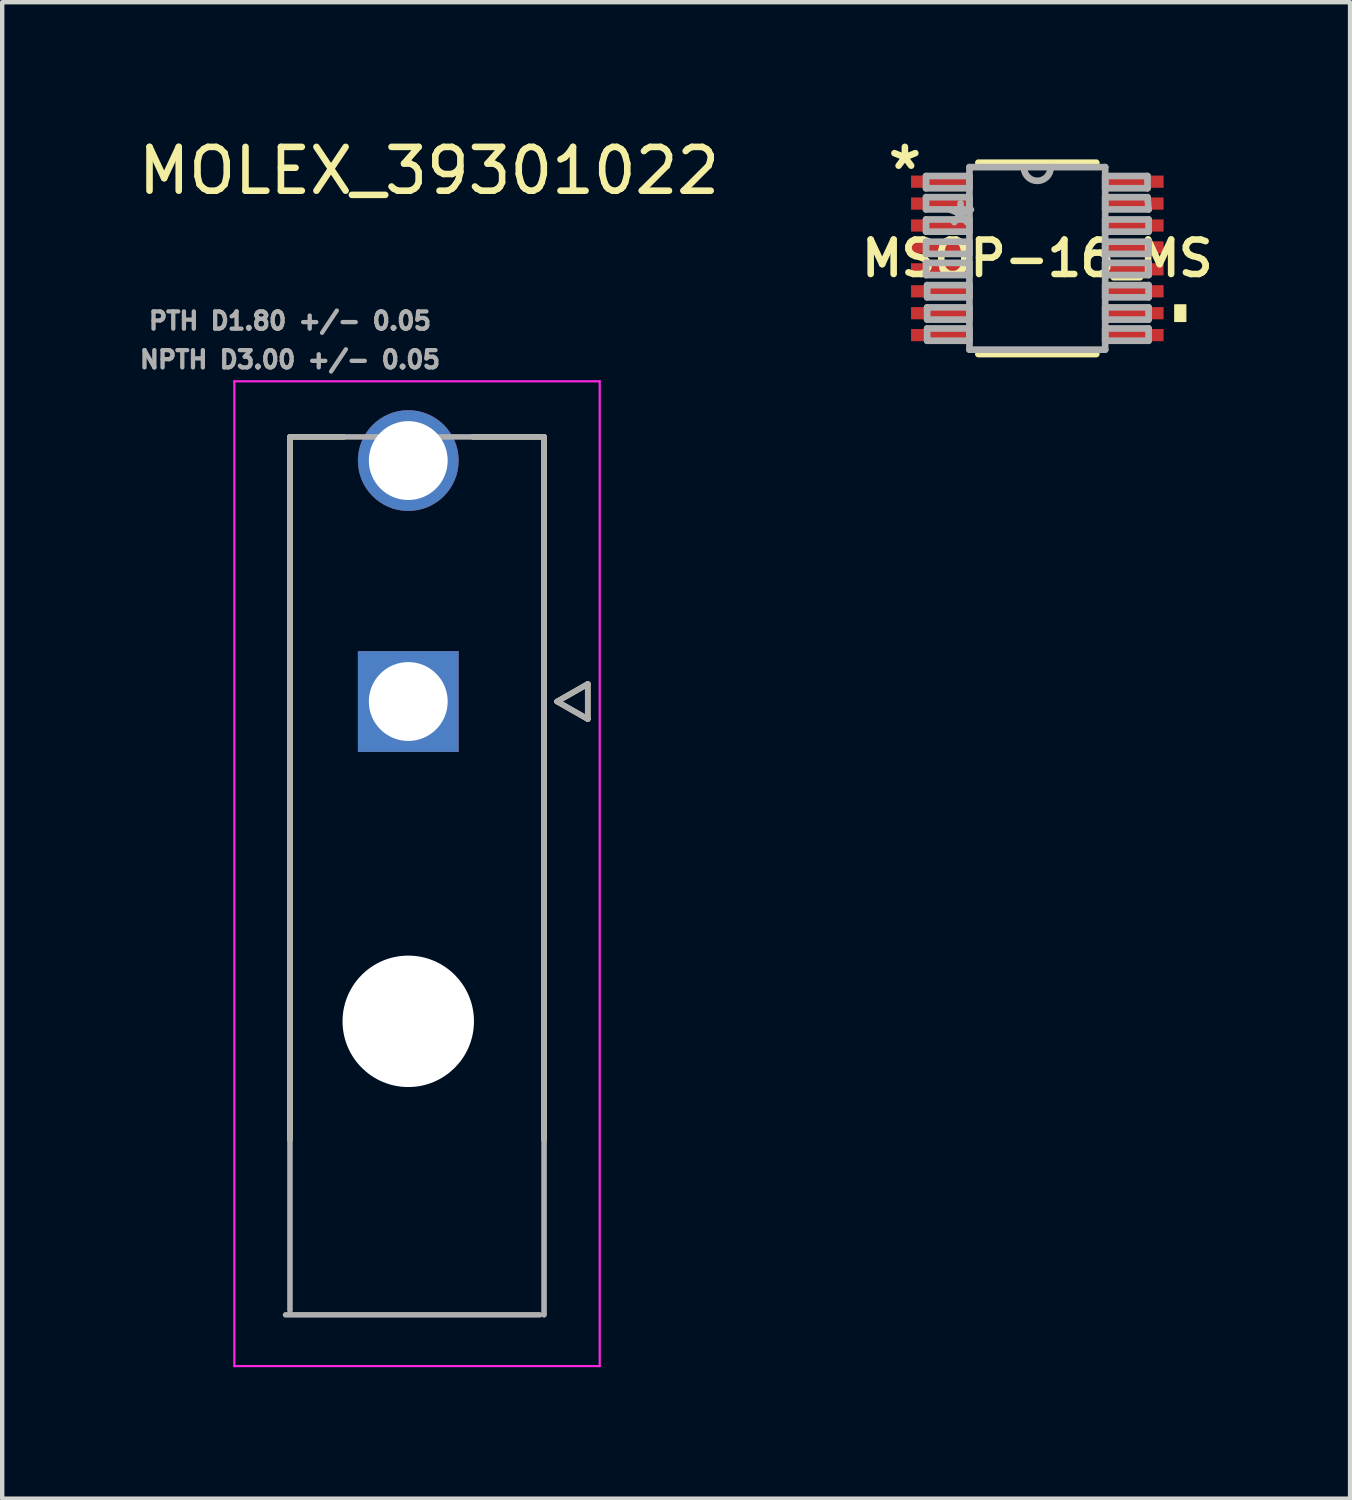
<source format=kicad_pcb>
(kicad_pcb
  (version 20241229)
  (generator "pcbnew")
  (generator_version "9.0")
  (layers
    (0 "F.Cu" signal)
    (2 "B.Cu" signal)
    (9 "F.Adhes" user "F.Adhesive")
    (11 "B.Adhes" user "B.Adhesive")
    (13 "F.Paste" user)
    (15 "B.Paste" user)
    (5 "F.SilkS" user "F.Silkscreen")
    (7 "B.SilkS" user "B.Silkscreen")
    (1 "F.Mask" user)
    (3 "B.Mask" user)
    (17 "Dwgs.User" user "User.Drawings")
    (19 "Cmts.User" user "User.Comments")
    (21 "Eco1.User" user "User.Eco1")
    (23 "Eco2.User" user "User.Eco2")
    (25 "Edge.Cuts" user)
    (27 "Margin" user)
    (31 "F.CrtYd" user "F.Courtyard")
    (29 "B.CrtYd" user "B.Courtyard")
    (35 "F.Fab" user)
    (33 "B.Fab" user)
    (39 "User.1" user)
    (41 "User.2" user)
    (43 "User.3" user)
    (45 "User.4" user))
  (footprint "MOLEX_39301022"
    (layer "F.Cu")
    (at 6.269 12.963)
    (property "Reference" "MOLEX_39301022" (at 0.475 -12.115 0) (layer "F.SilkS") (effects (font (size 1 1) (thickness 0.15))))
    (attr through_hole)
    (fp_circle (center 0 -5.5) (end 0.613 -5.5) (stroke (width 1.226) (type solid)) (fill no) (layer "F.Mask"))
    (fp_circle (center 0 7.3) (end 0.788 7.3) (stroke (width 1.576) (type solid)) (fill no) (layer "F.Mask"))
    (fp_poly (pts (xy -1.226 -1.226) (xy 1.226 -1.226) (xy 1.226 1.226) (xy -1.226 1.226)) (stroke (width 0.01) (type solid)) (fill yes) (layer "F.Mask"))
    (fp_circle (center 0 -5.5) (end 0.613 -5.5) (stroke (width 1.226) (type solid)) (fill no) (layer "B.Mask"))
    (fp_circle (center 0 7.3) (end 0.788 7.3) (stroke (width 1.576) (type solid)) (fill no) (layer "B.Mask"))
    (fp_poly (pts (xy -1.226 -1.226) (xy 1.226 -1.226) (xy 1.226 1.226) (xy -1.226 1.226)) (stroke (width 0.01) (type solid)) (fill yes) (layer "B.Mask"))
    (fp_line (start -2.7 -6.04) (end -1.476 -6.04) (stroke (width 0.127) (type solid)) (layer "F.SilkS"))
    (fp_line (start -2.7 10) (end -2.7 -6.04) (stroke (width 0.127) (type solid)) (layer "F.SilkS"))
    (fp_line (start 3.1 -6.04) (end 1.476 -6.04) (stroke (width 0.127) (type solid)) (layer "F.SilkS"))
    (fp_line (start 3.1 10) (end 3.1 -6.04) (stroke (width 0.127) (type solid)) (layer "F.SilkS"))
    (fp_line (start 3.397 0) (end 4.097 0.4) (stroke (width 0.127) (type solid)) (layer "F.SilkS"))
    (fp_line (start 4.097 -0.4) (end 3.397 0) (stroke (width 0.127) (type solid)) (layer "F.SilkS"))
    (fp_line (start 4.097 0.4) (end 4.097 -0.4) (stroke (width 0.127) (type solid)) (layer "F.SilkS"))
    (fp_line (start -3.97 -7.31) (end 4.37 -7.31) (stroke (width 0.05) (type solid)) (layer "F.CrtYd"))
    (fp_line (start -3.97 15.17) (end -3.97 -7.31) (stroke (width 0.05) (type solid)) (layer "F.CrtYd"))
    (fp_line (start 4.37 -7.31) (end 4.37 15.17) (stroke (width 0.05) (type solid)) (layer "F.CrtYd"))
    (fp_line (start 4.37 15.17) (end -3.97 15.17) (stroke (width 0.05) (type solid)) (layer "F.CrtYd"))
    (fp_line (start -2.7 -6.04) (end 3.1 -6.04) (stroke (width 0.127) (type solid)) (layer "F.Fab"))
    (fp_line (start -2.7 13.9) (end -2.7 -6.04) (stroke (width 0.127) (type solid)) (layer "F.Fab"))
    (fp_line (start 3 14) (end -2.8 14) (stroke (width 0.127) (type solid)) (layer "F.Fab"))
    (fp_line (start 3.1 -6.04) (end 3.1 14) (stroke (width 0.127) (type solid)) (layer "F.Fab"))
    (fp_line (start 3.397 0) (end 4.097 0.4) (stroke (width 0.127) (type solid)) (layer "F.Fab"))
    (fp_line (start 4.097 -0.4) (end 3.397 0) (stroke (width 0.127) (type solid)) (layer "F.Fab"))
    (fp_line (start 4.097 0.4) (end 4.097 -0.4) (stroke (width 0.127) (type solid)) (layer "F.Fab"))
    (fp_text user "NPTH D3.00 +/- 0.05" (at -2.7 -7.804 0) (layer "F.Fab") (effects (font (size 0.394 0.394) (thickness 0.15))))
    (fp_text user "PTH D1.80 +/- 0.05" (at -2.7 -8.688 0) (layer "F.Fab") (effects (font (size 0.394 0.394) (thickness 0.15))))
    (pad "" np_thru_hole circle (at 0 7.3) (size 3 3) (drill 3) (layers "*.Cu" "*.Mask"))
    (pad "1" thru_hole rect (at 0 0) (size 2.3 2.3) (drill 1.8) (layers "*.Cu"))
    (pad "2" thru_hole circle (at 0 -5.5) (size 2.3 2.3) (drill 1.8) (layers "*.Cu")))
  (footprint "MSOP-16_MS"
    (layer "F.Cu")
    (at 20.628 2.848)
    (property "Reference" "MSOP-16_MS" (at 0 0 0) (layer "F.SilkS") (effects (font (size 0.787 0.787) (thickness 0.15))))
    (attr smd)
    (fp_line (start -1.346 2.184) (end 1.346 2.184) (stroke (width 0.152) (type solid)) (layer "F.SilkS"))
    (fp_line (start 1.346 -2.184) (end -1.346 -2.184) (stroke (width 0.152) (type solid)) (layer "F.SilkS"))
    (fp_poly (pts (xy 3.391 1.06) (xy 3.391 1.441) (xy 3.137 1.441) (xy 3.137 1.06)) (stroke (width 0.025) (type solid)) (fill yes) (layer "F.SilkS"))
    (fp_line (start -2.54 -1.88) (end -2.54 -1.6) (stroke (width 0.152) (type solid)) (layer "F.Fab"))
    (fp_line (start -2.54 -1.6) (end -1.549 -1.6) (stroke (width 0.152) (type solid)) (layer "F.Fab"))
    (fp_line (start -2.54 -1.397) (end -2.54 -1.118) (stroke (width 0.152) (type solid)) (layer "F.Fab"))
    (fp_line (start -2.54 -1.118) (end -1.549 -1.118) (stroke (width 0.152) (type solid)) (layer "F.Fab"))
    (fp_line (start -2.54 -0.889) (end -2.54 -0.61) (stroke (width 0.152) (type solid)) (layer "F.Fab"))
    (fp_line (start -2.54 -0.61) (end -1.549 -0.61) (stroke (width 0.152) (type solid)) (layer "F.Fab"))
    (fp_line (start -2.54 -0.381) (end -2.54 -0.102) (stroke (width 0.152) (type solid)) (layer "F.Fab"))
    (fp_line (start -2.54 -0.102) (end -1.549 -0.102) (stroke (width 0.152) (type solid)) (layer "F.Fab"))
    (fp_line (start -2.54 0.102) (end -2.54 0.381) (stroke (width 0.152) (type solid)) (layer "F.Fab"))
    (fp_line (start -2.54 0.381) (end -1.549 0.381) (stroke (width 0.152) (type solid)) (layer "F.Fab"))
    (fp_line (start -2.515 0.61) (end -2.515 0.889) (stroke (width 0.152) (type solid)) (layer "F.Fab"))
    (fp_line (start -2.515 0.889) (end -1.549 0.889) (stroke (width 0.152) (type solid)) (layer "F.Fab"))
    (fp_line (start -2.515 1.118) (end -2.515 1.397) (stroke (width 0.152) (type solid)) (layer "F.Fab"))
    (fp_line (start -2.515 1.397) (end -1.549 1.397) (stroke (width 0.152) (type solid)) (layer "F.Fab"))
    (fp_line (start -2.515 1.6) (end -2.515 1.88) (stroke (width 0.152) (type solid)) (layer "F.Fab"))
    (fp_line (start -2.515 1.88) (end -1.549 1.88) (stroke (width 0.152) (type solid)) (layer "F.Fab"))
    (fp_line (start -1.549 -2.083) (end -1.549 2.083) (stroke (width 0.152) (type solid)) (layer "F.Fab"))
    (fp_line (start -1.549 -1.88) (end -2.54 -1.88) (stroke (width 0.152) (type solid)) (layer "F.Fab"))
    (fp_line (start -1.549 -1.6) (end -1.549 -1.88) (stroke (width 0.152) (type solid)) (layer "F.Fab"))
    (fp_line (start -1.549 -1.397) (end -2.54 -1.397) (stroke (width 0.152) (type solid)) (layer "F.Fab"))
    (fp_line (start -1.549 -1.118) (end -1.549 -1.397) (stroke (width 0.152) (type solid)) (layer "F.Fab"))
    (fp_line (start -1.549 -0.889) (end -2.54 -0.889) (stroke (width 0.152) (type solid)) (layer "F.Fab"))
    (fp_line (start -1.549 -0.61) (end -1.549 -0.889) (stroke (width 0.152) (type solid)) (layer "F.Fab"))
    (fp_line (start -1.549 -0.381) (end -2.54 -0.381) (stroke (width 0.152) (type solid)) (layer "F.Fab"))
    (fp_line (start -1.549 -0.102) (end -1.549 -0.381) (stroke (width 0.152) (type solid)) (layer "F.Fab"))
    (fp_line (start -1.549 0.102) (end -2.54 0.102) (stroke (width 0.152) (type solid)) (layer "F.Fab"))
    (fp_line (start -1.549 0.381) (end -1.549 0.102) (stroke (width 0.152) (type solid)) (layer "F.Fab"))
    (fp_line (start -1.549 0.61) (end -2.515 0.61) (stroke (width 0.152) (type solid)) (layer "F.Fab"))
    (fp_line (start -1.549 0.889) (end -1.549 0.61) (stroke (width 0.152) (type solid)) (layer "F.Fab"))
    (fp_line (start -1.549 1.118) (end -2.515 1.118) (stroke (width 0.152) (type solid)) (layer "F.Fab"))
    (fp_line (start -1.549 1.397) (end -1.549 1.118) (stroke (width 0.152) (type solid)) (layer "F.Fab"))
    (fp_line (start -1.549 1.6) (end -2.515 1.6) (stroke (width 0.152) (type solid)) (layer "F.Fab"))
    (fp_line (start -1.549 1.88) (end -1.549 1.6) (stroke (width 0.152) (type solid)) (layer "F.Fab"))
    (fp_line (start -1.549 2.083) (end 1.549 2.083) (stroke (width 0.152) (type solid)) (layer "F.Fab"))
    (fp_line (start 0.305 -2.083) (end -1.549 -2.083) (stroke (width 0.152) (type solid)) (layer "F.Fab"))
    (fp_line (start 1.549 -2.083) (end 0.305 -2.083) (stroke (width 0.152) (type solid)) (layer "F.Fab"))
    (fp_line (start 1.549 -1.88) (end 1.549 -1.6) (stroke (width 0.152) (type solid)) (layer "F.Fab"))
    (fp_line (start 1.549 -1.6) (end 2.515 -1.6) (stroke (width 0.152) (type solid)) (layer "F.Fab"))
    (fp_line (start 1.549 -1.397) (end 1.549 -1.118) (stroke (width 0.152) (type solid)) (layer "F.Fab"))
    (fp_line (start 1.549 -1.118) (end 2.54 -1.118) (stroke (width 0.152) (type solid)) (layer "F.Fab"))
    (fp_line (start 1.549 -0.889) (end 1.549 -0.61) (stroke (width 0.152) (type solid)) (layer "F.Fab"))
    (fp_line (start 1.549 -0.61) (end 2.54 -0.61) (stroke (width 0.152) (type solid)) (layer "F.Fab"))
    (fp_line (start 1.549 -0.381) (end 1.549 -0.102) (stroke (width 0.152) (type solid)) (layer "F.Fab"))
    (fp_line (start 1.549 -0.102) (end 2.54 -0.102) (stroke (width 0.152) (type solid)) (layer "F.Fab"))
    (fp_line (start 1.549 0.102) (end 1.549 0.381) (stroke (width 0.152) (type solid)) (layer "F.Fab"))
    (fp_line (start 1.549 0.381) (end 2.54 0.381) (stroke (width 0.152) (type solid)) (layer "F.Fab"))
    (fp_line (start 1.549 0.61) (end 1.549 0.889) (stroke (width 0.152) (type solid)) (layer "F.Fab"))
    (fp_line (start 1.549 0.889) (end 2.54 0.889) (stroke (width 0.152) (type solid)) (layer "F.Fab"))
    (fp_line (start 1.549 1.118) (end 1.549 1.397) (stroke (width 0.152) (type solid)) (layer "F.Fab"))
    (fp_line (start 1.549 1.397) (end 2.54 1.397) (stroke (width 0.152) (type solid)) (layer "F.Fab"))
    (fp_line (start 1.549 1.6) (end 1.549 1.88) (stroke (width 0.152) (type solid)) (layer "F.Fab"))
    (fp_line (start 1.549 1.88) (end 2.54 1.88) (stroke (width 0.152) (type solid)) (layer "F.Fab"))
    (fp_line (start 1.549 2.083) (end 1.549 -2.083) (stroke (width 0.152) (type solid)) (layer "F.Fab"))
    (fp_line (start 2.515 -1.88) (end 1.549 -1.88) (stroke (width 0.152) (type solid)) (layer "F.Fab"))
    (fp_line (start 2.515 -1.6) (end 2.515 -1.88) (stroke (width 0.152) (type solid)) (layer "F.Fab"))
    (fp_line (start 2.515 -1.397) (end 1.549 -1.397) (stroke (width 0.152) (type solid)) (layer "F.Fab"))
    (fp_line (start 2.54 -1.118) (end 2.515 -1.397) (stroke (width 0.152) (type solid)) (layer "F.Fab"))
    (fp_line (start 2.54 -0.889) (end 1.549 -0.889) (stroke (width 0.152) (type solid)) (layer "F.Fab"))
    (fp_line (start 2.54 -0.61) (end 2.54 -0.889) (stroke (width 0.152) (type solid)) (layer "F.Fab"))
    (fp_line (start 2.54 -0.381) (end 1.549 -0.381) (stroke (width 0.152) (type solid)) (layer "F.Fab"))
    (fp_line (start 2.54 -0.102) (end 2.54 -0.381) (stroke (width 0.152) (type solid)) (layer "F.Fab"))
    (fp_line (start 2.54 0.102) (end 1.549 0.102) (stroke (width 0.152) (type solid)) (layer "F.Fab"))
    (fp_line (start 2.54 0.381) (end 2.54 0.102) (stroke (width 0.152) (type solid)) (layer "F.Fab"))
    (fp_line (start 2.54 0.61) (end 1.549 0.61) (stroke (width 0.152) (type solid)) (layer "F.Fab"))
    (fp_line (start 2.54 0.889) (end 2.54 0.61) (stroke (width 0.152) (type solid)) (layer "F.Fab"))
    (fp_line (start 2.54 1.118) (end 1.549 1.118) (stroke (width 0.152) (type solid)) (layer "F.Fab"))
    (fp_line (start 2.54 1.397) (end 2.54 1.118) (stroke (width 0.152) (type solid)) (layer "F.Fab"))
    (fp_line (start 2.54 1.6) (end 1.549 1.6) (stroke (width 0.152) (type solid)) (layer "F.Fab"))
    (fp_line (start 2.54 1.88) (end 2.54 1.6) (stroke (width 0.152) (type solid)) (layer "F.Fab"))
    (fp_arc (start 0.3048 -2.0828) (mid 0.0127 -1.7653) (end -0.3048 -2.0574) (stroke (width 0.1524) (type solid)) (layer "F.Fab"))
    (fp_text user "*" (at -3.023 -2 0) (layer "F.SilkS") (effects (font (size 1 1) (thickness 0.15))))
    (fp_text user "*" (at -1.753 -0.711 0) (layer "F.Fab") (effects (font (size 1 1) (thickness 0.15))))
    (pad "1" smd rect (at -2.184 -1.751) (size 1.397 0.279) (layers "F.Cu" "F.Mask" "F.Paste"))
    (pad "2" smd rect (at -2.184 -1.251) (size 1.397 0.279) (layers "F.Cu" "F.Mask" "F.Paste"))
    (pad "3" smd rect (at -2.184 -0.751) (size 1.397 0.279) (layers "F.Cu" "F.Mask" "F.Paste"))
    (pad "4" smd rect (at -2.184 -0.25) (size 1.397 0.279) (layers "F.Cu" "F.Mask" "F.Paste"))
    (pad "5" smd rect (at -2.184 0.25) (size 1.397 0.279) (layers "F.Cu" "F.Mask" "F.Paste"))
    (pad "6" smd rect (at -2.184 0.751) (size 1.397 0.279) (layers "F.Cu" "F.Mask" "F.Paste"))
    (pad "7" smd rect (at -2.184 1.251) (size 1.397 0.279) (layers "F.Cu" "F.Mask" "F.Paste"))
    (pad "8" smd rect (at -2.184 1.751) (size 1.397 0.279) (layers "F.Cu" "F.Mask" "F.Paste"))
    (pad "9" smd rect (at 2.184 1.751) (size 1.397 0.279) (layers "F.Cu" "F.Mask" "F.Paste"))
    (pad "10" smd rect (at 2.184 1.251) (size 1.397 0.279) (layers "F.Cu" "F.Mask" "F.Paste"))
    (pad "11" smd rect (at 2.184 0.751) (size 1.397 0.279) (layers "F.Cu" "F.Mask" "F.Paste"))
    (pad "12" smd rect (at 2.184 0.25) (size 1.397 0.279) (layers "F.Cu" "F.Mask" "F.Paste"))
    (pad "13" smd rect (at 2.184 -0.25) (size 1.397 0.279) (layers "F.Cu" "F.Mask" "F.Paste"))
    (pad "14" smd rect (at 2.184 -0.751) (size 1.397 0.279) (layers "F.Cu" "F.Mask" "F.Paste"))
    (pad "15" smd rect (at 2.184 -1.251) (size 1.397 0.279) (layers "F.Cu" "F.Mask" "F.Paste"))
    (pad "16" smd rect (at 2.184 -1.751) (size 1.397 0.279) (layers "F.Cu" "F.Mask" "F.Paste")))
  (gr_rect
    (start -3 -3)
    (end 27.767 31.158)
    (stroke (width 0.1) (type default))
    (fill no)
    (layer "Edge.Cuts")))
</source>
